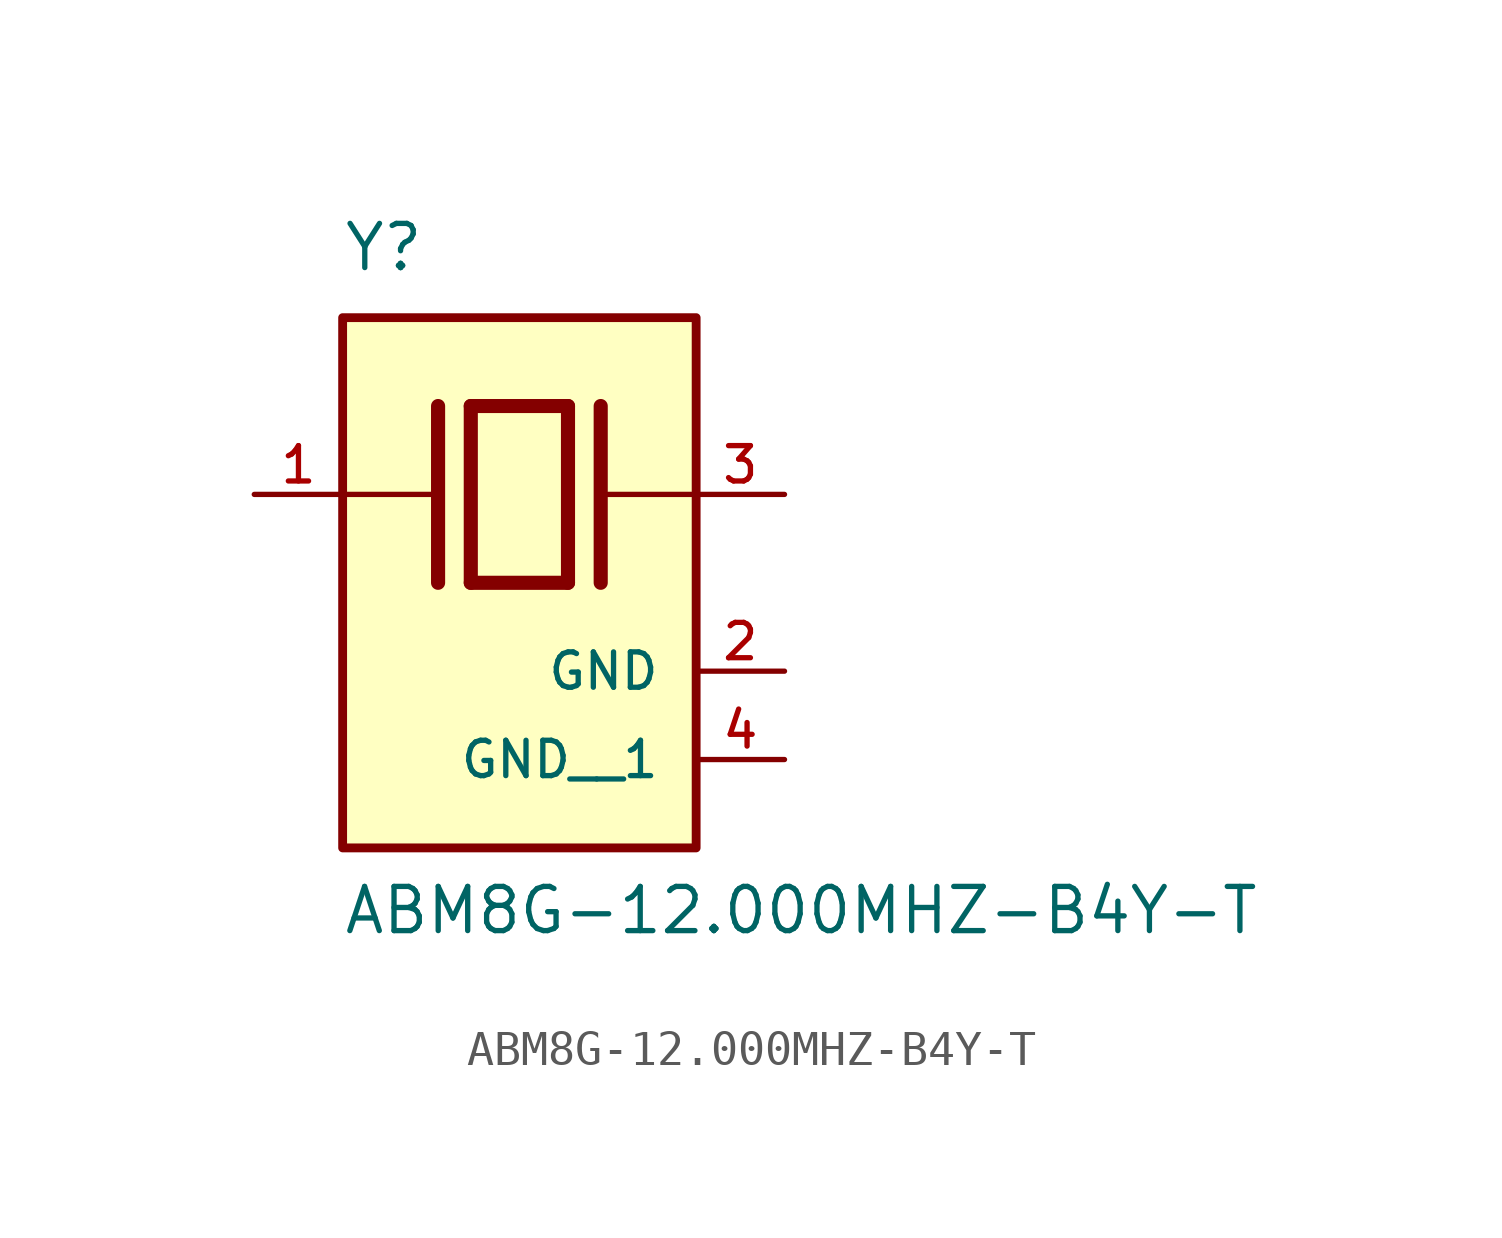
<source format=kicad_sym>
(kicad_symbol_lib
  (version 20211014)
  (generator kicad_symbol_editor)
  (symbol "ABM8G-12.000MHZ-B4Y-T"
    (pin_names
      (offset 1.016))
    (property "Reference" "Y"
      (at -5.088 6.356 0)
      (effects (font (size 1.27 1.27)) (justify bottom left)))
    (property "Value" "ABM8G-12.000MHZ-B4Y-T"
      (at -5.094 -12.7 0)
      (effects (font (size 1.27 1.27)) (justify bottom left)))
    (symbol "ABM8G-12.000MHZ-B4Y-T_0_0"
      (polyline (pts (xy -1.397 2.54) (xy 1.397 2.54)) (stroke (width 0.406)))
      (polyline (pts (xy 1.397 2.54) (xy 1.397 -2.54)) (stroke (width 0.406)))
      (polyline (pts (xy 1.397 -2.54) (xy -1.397 -2.54)) (stroke (width 0.406)))
      (polyline (pts (xy -1.397 2.54) (xy -1.397 -2.54)) (stroke (width 0.406)))
      (polyline (pts (xy 2.337 2.54) (xy 2.337 -2.54)) (stroke (width 0.406)))
      (polyline (pts (xy -2.337 2.54) (xy -2.337 -2.54)) (stroke (width 0.406)))
      (polyline (pts (xy -5.08 0.0) (xy -2.54 0.0)) (stroke (width 0.152)))
      (polyline (pts (xy 2.54 0.0) (xy 5.08 0.0)) (stroke (width 0.152)))
      (rectangle (start -5.08 -10.16) (end 5.08 5.08) (stroke (width 0.254)) (fill (type background)))
      (pin passive line (at 7.62 0.0 180.0) (length 2.54) (name "~" (effects (font (size 1.016 1.016)))) (number "3" (effects (font (size 1.016 1.016)))))
      (pin passive line (at -7.62 0.0 0) (length 2.54) (name "~" (effects (font (size 1.016 1.016)))) (number "1" (effects (font (size 1.016 1.016)))))
      (pin power_in line (at 7.62 -5.08 180.0) (length 2.54) (name "GND" (effects (font (size 1.016 1.016)))) (number "2" (effects (font (size 1.016 1.016)))))
      (pin power_in line (at 7.62 -7.62 180.0) (length 2.54) (name "GND__1" (effects (font (size 1.016 1.016)))) (number "4" (effects (font (size 1.016 1.016))))))))
</source>
